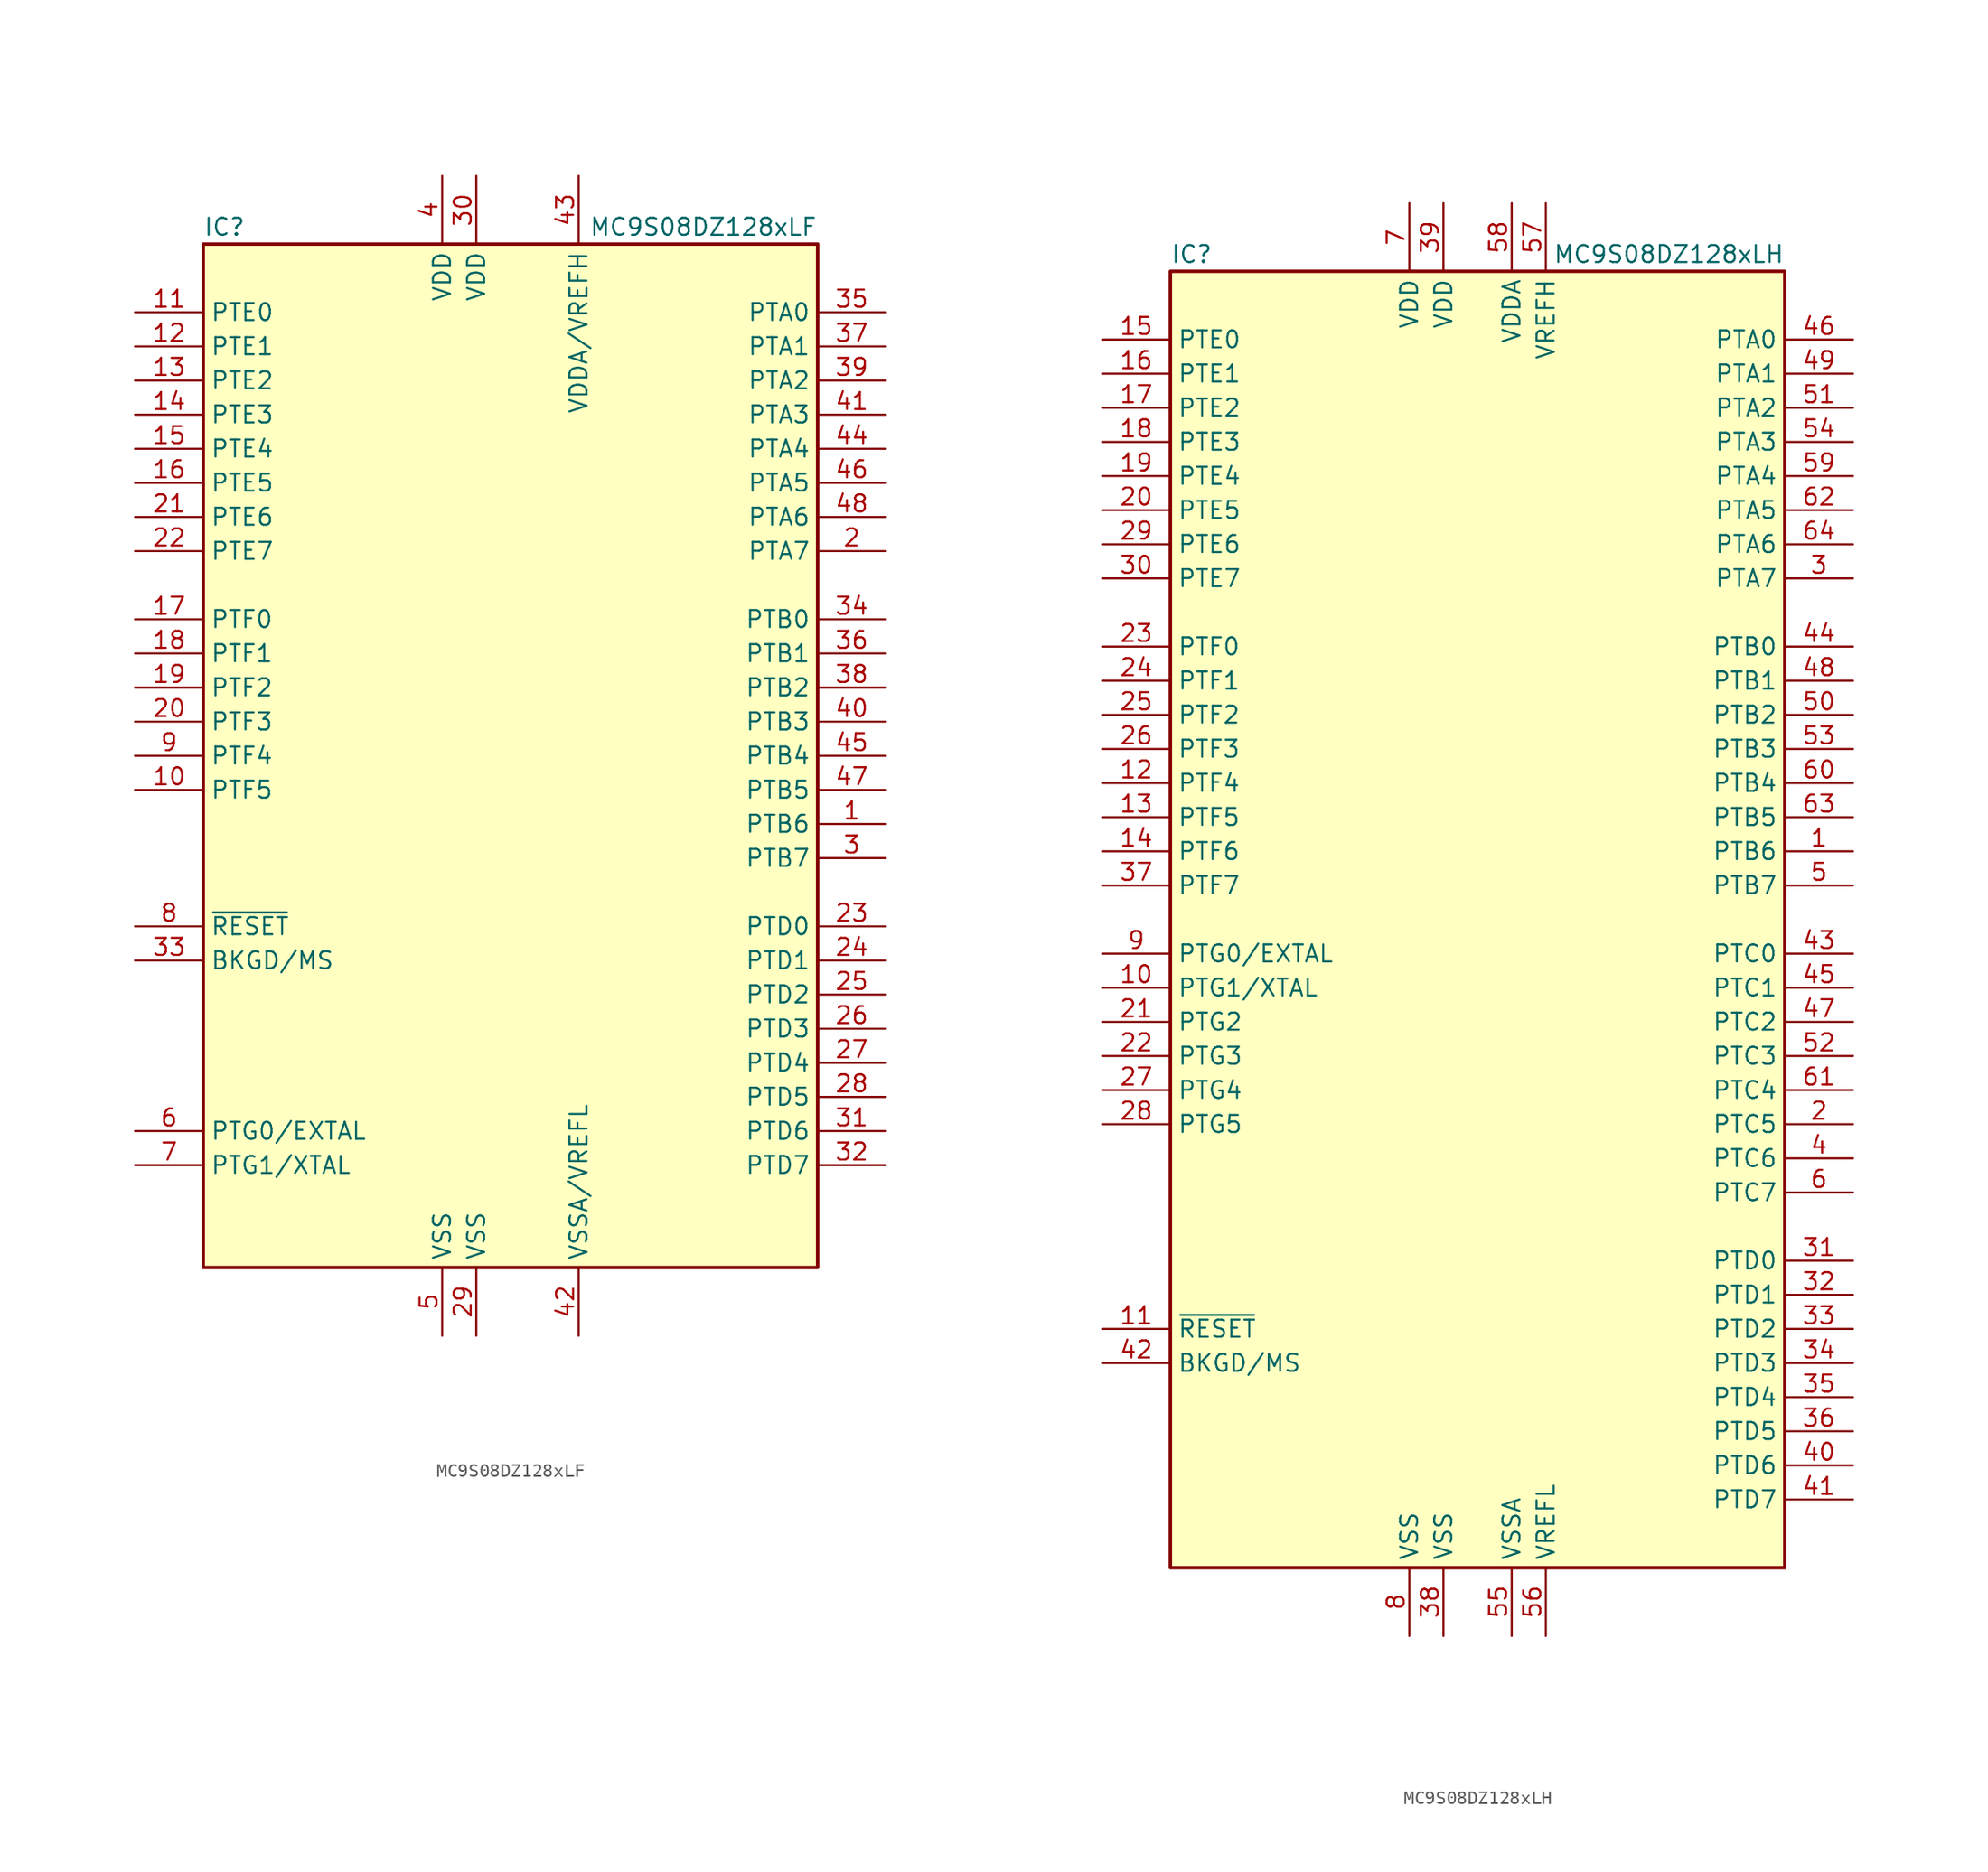
<source format=kicad_sym>
(kicad_symbol_lib
  (version 20201005)
  (generator kicad_symbol_editor)
  (symbol "MCU_NXP_S08:MC9S08DZ128xLF"
    (property "Reference" "IC"
      (at -22.86 39.37 0)
      (effects (font (size 1.27 1.27)) (justify left)))
    (property "Value" "MC9S08DZ128xLF"
      (at 22.86 39.37 0)
      (effects (font (size 1.27 1.27)) (justify right)))
    (symbol "MC9S08DZ128xLF_0_1"
      (rectangle (start -22.86 38.1) (end 22.86 -38.1) (stroke (width 0.254)) (fill (type background))))
    (symbol "MC9S08DZ128xLF_1_1"
      (pin bidirectional line (at 27.94 -5.08 180) (length 5.08) (name "PTB6" (effects (font (size 1.27 1.27)))) (number "1" (effects (font (size 1.27 1.27)))))
      (pin bidirectional line (at -27.94 -2.54 0) (length 5.08) (name "PTF5" (effects (font (size 1.27 1.27)))) (number "10" (effects (font (size 1.27 1.27)))))
      (pin bidirectional line (at -27.94 33.02 0) (length 5.08) (name "PTE0" (effects (font (size 1.27 1.27)))) (number "11" (effects (font (size 1.27 1.27)))))
      (pin bidirectional line (at -27.94 30.48 0) (length 5.08) (name "PTE1" (effects (font (size 1.27 1.27)))) (number "12" (effects (font (size 1.27 1.27)))))
      (pin bidirectional line (at -27.94 27.94 0) (length 5.08) (name "PTE2" (effects (font (size 1.27 1.27)))) (number "13" (effects (font (size 1.27 1.27)))))
      (pin bidirectional line (at -27.94 25.4 0) (length 5.08) (name "PTE3" (effects (font (size 1.27 1.27)))) (number "14" (effects (font (size 1.27 1.27)))))
      (pin bidirectional line (at -27.94 22.86 0) (length 5.08) (name "PTE4" (effects (font (size 1.27 1.27)))) (number "15" (effects (font (size 1.27 1.27)))))
      (pin bidirectional line (at -27.94 20.32 0) (length 5.08) (name "PTE5" (effects (font (size 1.27 1.27)))) (number "16" (effects (font (size 1.27 1.27)))))
      (pin bidirectional line (at -27.94 10.16 0) (length 5.08) (name "PTF0" (effects (font (size 1.27 1.27)))) (number "17" (effects (font (size 1.27 1.27)))))
      (pin bidirectional line (at -27.94 7.62 0) (length 5.08) (name "PTF1" (effects (font (size 1.27 1.27)))) (number "18" (effects (font (size 1.27 1.27)))))
      (pin bidirectional line (at -27.94 5.08 0) (length 5.08) (name "PTF2" (effects (font (size 1.27 1.27)))) (number "19" (effects (font (size 1.27 1.27)))))
      (pin bidirectional line (at 27.94 15.24 180) (length 5.08) (name "PTA7" (effects (font (size 1.27 1.27)))) (number "2" (effects (font (size 1.27 1.27)))))
      (pin bidirectional line (at -27.94 2.54 0) (length 5.08) (name "PTF3" (effects (font (size 1.27 1.27)))) (number "20" (effects (font (size 1.27 1.27)))))
      (pin bidirectional line (at -27.94 17.78 0) (length 5.08) (name "PTE6" (effects (font (size 1.27 1.27)))) (number "21" (effects (font (size 1.27 1.27)))))
      (pin bidirectional line (at -27.94 15.24 0) (length 5.08) (name "PTE7" (effects (font (size 1.27 1.27)))) (number "22" (effects (font (size 1.27 1.27)))))
      (pin bidirectional line (at 27.94 -12.7 180) (length 5.08) (name "PTD0" (effects (font (size 1.27 1.27)))) (number "23" (effects (font (size 1.27 1.27)))))
      (pin bidirectional line (at 27.94 -15.24 180) (length 5.08) (name "PTD1" (effects (font (size 1.27 1.27)))) (number "24" (effects (font (size 1.27 1.27)))))
      (pin bidirectional line (at 27.94 -17.78 180) (length 5.08) (name "PTD2" (effects (font (size 1.27 1.27)))) (number "25" (effects (font (size 1.27 1.27)))))
      (pin bidirectional line (at 27.94 -20.32 180) (length 5.08) (name "PTD3" (effects (font (size 1.27 1.27)))) (number "26" (effects (font (size 1.27 1.27)))))
      (pin bidirectional line (at 27.94 -22.86 180) (length 5.08) (name "PTD4" (effects (font (size 1.27 1.27)))) (number "27" (effects (font (size 1.27 1.27)))))
      (pin bidirectional line (at 27.94 -25.4 180) (length 5.08) (name "PTD5" (effects (font (size 1.27 1.27)))) (number "28" (effects (font (size 1.27 1.27)))))
      (pin power_in line (at -2.54 -43.18 90) (length 5.08) (name "VSS" (effects (font (size 1.27 1.27)))) (number "29" (effects (font (size 1.27 1.27)))))
      (pin bidirectional line (at 27.94 -7.62 180) (length 5.08) (name "PTB7" (effects (font (size 1.27 1.27)))) (number "3" (effects (font (size 1.27 1.27)))))
      (pin power_in line (at -2.54 43.18 270) (length 5.08) (name "VDD" (effects (font (size 1.27 1.27)))) (number "30" (effects (font (size 1.27 1.27)))))
      (pin bidirectional line (at 27.94 -27.94 180) (length 5.08) (name "PTD6" (effects (font (size 1.27 1.27)))) (number "31" (effects (font (size 1.27 1.27)))))
      (pin bidirectional line (at 27.94 -30.48 180) (length 5.08) (name "PTD7" (effects (font (size 1.27 1.27)))) (number "32" (effects (font (size 1.27 1.27)))))
      (pin bidirectional line (at -27.94 -15.24 0) (length 5.08) (name "BKGD/MS" (effects (font (size 1.27 1.27)))) (number "33" (effects (font (size 1.27 1.27)))))
      (pin bidirectional line (at 27.94 10.16 180) (length 5.08) (name "PTB0" (effects (font (size 1.27 1.27)))) (number "34" (effects (font (size 1.27 1.27)))))
      (pin bidirectional line (at 27.94 33.02 180) (length 5.08) (name "PTA0" (effects (font (size 1.27 1.27)))) (number "35" (effects (font (size 1.27 1.27)))))
      (pin bidirectional line (at 27.94 7.62 180) (length 5.08) (name "PTB1" (effects (font (size 1.27 1.27)))) (number "36" (effects (font (size 1.27 1.27)))))
      (pin bidirectional line (at 27.94 30.48 180) (length 5.08) (name "PTA1" (effects (font (size 1.27 1.27)))) (number "37" (effects (font (size 1.27 1.27)))))
      (pin bidirectional line (at 27.94 5.08 180) (length 5.08) (name "PTB2" (effects (font (size 1.27 1.27)))) (number "38" (effects (font (size 1.27 1.27)))))
      (pin bidirectional line (at 27.94 27.94 180) (length 5.08) (name "PTA2" (effects (font (size 1.27 1.27)))) (number "39" (effects (font (size 1.27 1.27)))))
      (pin power_in line (at -5.08 43.18 270) (length 5.08) (name "VDD" (effects (font (size 1.27 1.27)))) (number "4" (effects (font (size 1.27 1.27)))))
      (pin bidirectional line (at 27.94 2.54 180) (length 5.08) (name "PTB3" (effects (font (size 1.27 1.27)))) (number "40" (effects (font (size 1.27 1.27)))))
      (pin bidirectional line (at 27.94 25.4 180) (length 5.08) (name "PTA3" (effects (font (size 1.27 1.27)))) (number "41" (effects (font (size 1.27 1.27)))))
      (pin power_in line (at 5.08 -43.18 90) (length 5.08) (name "VSSA/VREFL" (effects (font (size 1.27 1.27)))) (number "42" (effects (font (size 1.27 1.27)))))
      (pin power_in line (at 5.08 43.18 270) (length 5.08) (name "VDDA/VREFH" (effects (font (size 1.27 1.27)))) (number "43" (effects (font (size 1.27 1.27)))))
      (pin bidirectional line (at 27.94 22.86 180) (length 5.08) (name "PTA4" (effects (font (size 1.27 1.27)))) (number "44" (effects (font (size 1.27 1.27)))))
      (pin bidirectional line (at 27.94 0 180) (length 5.08) (name "PTB4" (effects (font (size 1.27 1.27)))) (number "45" (effects (font (size 1.27 1.27)))))
      (pin bidirectional line (at 27.94 20.32 180) (length 5.08) (name "PTA5" (effects (font (size 1.27 1.27)))) (number "46" (effects (font (size 1.27 1.27)))))
      (pin bidirectional line (at 27.94 -2.54 180) (length 5.08) (name "PTB5" (effects (font (size 1.27 1.27)))) (number "47" (effects (font (size 1.27 1.27)))))
      (pin bidirectional line (at 27.94 17.78 180) (length 5.08) (name "PTA6" (effects (font (size 1.27 1.27)))) (number "48" (effects (font (size 1.27 1.27)))))
      (pin power_in line (at -5.08 -43.18 90) (length 5.08) (name "VSS" (effects (font (size 1.27 1.27)))) (number "5" (effects (font (size 1.27 1.27)))))
      (pin bidirectional line (at -27.94 -27.94 0) (length 5.08) (name "PTG0/EXTAL" (effects (font (size 1.27 1.27)))) (number "6" (effects (font (size 1.27 1.27)))))
      (pin bidirectional line (at -27.94 -30.48 0) (length 5.08) (name "PTG1/XTAL" (effects (font (size 1.27 1.27)))) (number "7" (effects (font (size 1.27 1.27)))))
      (pin input line (at -27.94 -12.7 0) (length 5.08) (name "~RESET" (effects (font (size 1.27 1.27)))) (number "8" (effects (font (size 1.27 1.27)))))
      (pin bidirectional line (at -27.94 0 0) (length 5.08) (name "PTF4" (effects (font (size 1.27 1.27)))) (number "9" (effects (font (size 1.27 1.27)))))))
  (symbol "MCU_NXP_S08:MC9S08DZ128xLH"
    (property "Reference" "IC"
      (at -22.86 49.53 0)
      (effects (font (size 1.27 1.27)) (justify left)))
    (property "Value" "MC9S08DZ128xLH"
      (at 22.86 49.53 0)
      (effects (font (size 1.27 1.27)) (justify right)))
    (symbol "MC9S08DZ128xLH_0_1"
      (rectangle (start -22.86 48.26) (end 22.86 -48.26) (stroke (width 0.254)) (fill (type background))))
    (symbol "MC9S08DZ128xLH_1_1"
      (pin bidirectional line (at 27.94 5.08 180) (length 5.08) (name "PTB6" (effects (font (size 1.27 1.27)))) (number "1" (effects (font (size 1.27 1.27)))))
      (pin bidirectional line (at -27.94 -5.08 0) (length 5.08) (name "PTG1/XTAL" (effects (font (size 1.27 1.27)))) (number "10" (effects (font (size 1.27 1.27)))))
      (pin input line (at -27.94 -30.48 0) (length 5.08) (name "~RESET" (effects (font (size 1.27 1.27)))) (number "11" (effects (font (size 1.27 1.27)))))
      (pin bidirectional line (at -27.94 10.16 0) (length 5.08) (name "PTF4" (effects (font (size 1.27 1.27)))) (number "12" (effects (font (size 1.27 1.27)))))
      (pin bidirectional line (at -27.94 7.62 0) (length 5.08) (name "PTF5" (effects (font (size 1.27 1.27)))) (number "13" (effects (font (size 1.27 1.27)))))
      (pin bidirectional line (at -27.94 5.08 0) (length 5.08) (name "PTF6" (effects (font (size 1.27 1.27)))) (number "14" (effects (font (size 1.27 1.27)))))
      (pin bidirectional line (at -27.94 43.18 0) (length 5.08) (name "PTE0" (effects (font (size 1.27 1.27)))) (number "15" (effects (font (size 1.27 1.27)))))
      (pin bidirectional line (at -27.94 40.64 0) (length 5.08) (name "PTE1" (effects (font (size 1.27 1.27)))) (number "16" (effects (font (size 1.27 1.27)))))
      (pin bidirectional line (at -27.94 38.1 0) (length 5.08) (name "PTE2" (effects (font (size 1.27 1.27)))) (number "17" (effects (font (size 1.27 1.27)))))
      (pin bidirectional line (at -27.94 35.56 0) (length 5.08) (name "PTE3" (effects (font (size 1.27 1.27)))) (number "18" (effects (font (size 1.27 1.27)))))
      (pin bidirectional line (at -27.94 33.02 0) (length 5.08) (name "PTE4" (effects (font (size 1.27 1.27)))) (number "19" (effects (font (size 1.27 1.27)))))
      (pin bidirectional line (at 27.94 -15.24 180) (length 5.08) (name "PTC5" (effects (font (size 1.27 1.27)))) (number "2" (effects (font (size 1.27 1.27)))))
      (pin bidirectional line (at -27.94 30.48 0) (length 5.08) (name "PTE5" (effects (font (size 1.27 1.27)))) (number "20" (effects (font (size 1.27 1.27)))))
      (pin bidirectional line (at -27.94 -7.62 0) (length 5.08) (name "PTG2" (effects (font (size 1.27 1.27)))) (number "21" (effects (font (size 1.27 1.27)))))
      (pin bidirectional line (at -27.94 -10.16 0) (length 5.08) (name "PTG3" (effects (font (size 1.27 1.27)))) (number "22" (effects (font (size 1.27 1.27)))))
      (pin bidirectional line (at -27.94 20.32 0) (length 5.08) (name "PTF0" (effects (font (size 1.27 1.27)))) (number "23" (effects (font (size 1.27 1.27)))))
      (pin bidirectional line (at -27.94 17.78 0) (length 5.08) (name "PTF1" (effects (font (size 1.27 1.27)))) (number "24" (effects (font (size 1.27 1.27)))))
      (pin bidirectional line (at -27.94 15.24 0) (length 5.08) (name "PTF2" (effects (font (size 1.27 1.27)))) (number "25" (effects (font (size 1.27 1.27)))))
      (pin bidirectional line (at -27.94 12.7 0) (length 5.08) (name "PTF3" (effects (font (size 1.27 1.27)))) (number "26" (effects (font (size 1.27 1.27)))))
      (pin bidirectional line (at -27.94 -12.7 0) (length 5.08) (name "PTG4" (effects (font (size 1.27 1.27)))) (number "27" (effects (font (size 1.27 1.27)))))
      (pin bidirectional line (at -27.94 -15.24 0) (length 5.08) (name "PTG5" (effects (font (size 1.27 1.27)))) (number "28" (effects (font (size 1.27 1.27)))))
      (pin bidirectional line (at -27.94 27.94 0) (length 5.08) (name "PTE6" (effects (font (size 1.27 1.27)))) (number "29" (effects (font (size 1.27 1.27)))))
      (pin bidirectional line (at 27.94 25.4 180) (length 5.08) (name "PTA7" (effects (font (size 1.27 1.27)))) (number "3" (effects (font (size 1.27 1.27)))))
      (pin bidirectional line (at -27.94 25.4 0) (length 5.08) (name "PTE7" (effects (font (size 1.27 1.27)))) (number "30" (effects (font (size 1.27 1.27)))))
      (pin bidirectional line (at 27.94 -25.4 180) (length 5.08) (name "PTD0" (effects (font (size 1.27 1.27)))) (number "31" (effects (font (size 1.27 1.27)))))
      (pin bidirectional line (at 27.94 -27.94 180) (length 5.08) (name "PTD1" (effects (font (size 1.27 1.27)))) (number "32" (effects (font (size 1.27 1.27)))))
      (pin bidirectional line (at 27.94 -30.48 180) (length 5.08) (name "PTD2" (effects (font (size 1.27 1.27)))) (number "33" (effects (font (size 1.27 1.27)))))
      (pin bidirectional line (at 27.94 -33.02 180) (length 5.08) (name "PTD3" (effects (font (size 1.27 1.27)))) (number "34" (effects (font (size 1.27 1.27)))))
      (pin bidirectional line (at 27.94 -35.56 180) (length 5.08) (name "PTD4" (effects (font (size 1.27 1.27)))) (number "35" (effects (font (size 1.27 1.27)))))
      (pin bidirectional line (at 27.94 -38.1 180) (length 5.08) (name "PTD5" (effects (font (size 1.27 1.27)))) (number "36" (effects (font (size 1.27 1.27)))))
      (pin bidirectional line (at -27.94 2.54 0) (length 5.08) (name "PTF7" (effects (font (size 1.27 1.27)))) (number "37" (effects (font (size 1.27 1.27)))))
      (pin power_in line (at -2.54 -53.34 90) (length 5.08) (name "VSS" (effects (font (size 1.27 1.27)))) (number "38" (effects (font (size 1.27 1.27)))))
      (pin power_in line (at -2.54 53.34 270) (length 5.08) (name "VDD" (effects (font (size 1.27 1.27)))) (number "39" (effects (font (size 1.27 1.27)))))
      (pin bidirectional line (at 27.94 -17.78 180) (length 5.08) (name "PTC6" (effects (font (size 1.27 1.27)))) (number "4" (effects (font (size 1.27 1.27)))))
      (pin bidirectional line (at 27.94 -40.64 180) (length 5.08) (name "PTD6" (effects (font (size 1.27 1.27)))) (number "40" (effects (font (size 1.27 1.27)))))
      (pin bidirectional line (at 27.94 -43.18 180) (length 5.08) (name "PTD7" (effects (font (size 1.27 1.27)))) (number "41" (effects (font (size 1.27 1.27)))))
      (pin bidirectional line (at -27.94 -33.02 0) (length 5.08) (name "BKGD/MS" (effects (font (size 1.27 1.27)))) (number "42" (effects (font (size 1.27 1.27)))))
      (pin bidirectional line (at 27.94 -2.54 180) (length 5.08) (name "PTC0" (effects (font (size 1.27 1.27)))) (number "43" (effects (font (size 1.27 1.27)))))
      (pin bidirectional line (at 27.94 20.32 180) (length 5.08) (name "PTB0" (effects (font (size 1.27 1.27)))) (number "44" (effects (font (size 1.27 1.27)))))
      (pin bidirectional line (at 27.94 -5.08 180) (length 5.08) (name "PTC1" (effects (font (size 1.27 1.27)))) (number "45" (effects (font (size 1.27 1.27)))))
      (pin bidirectional line (at 27.94 43.18 180) (length 5.08) (name "PTA0" (effects (font (size 1.27 1.27)))) (number "46" (effects (font (size 1.27 1.27)))))
      (pin bidirectional line (at 27.94 -7.62 180) (length 5.08) (name "PTC2" (effects (font (size 1.27 1.27)))) (number "47" (effects (font (size 1.27 1.27)))))
      (pin bidirectional line (at 27.94 17.78 180) (length 5.08) (name "PTB1" (effects (font (size 1.27 1.27)))) (number "48" (effects (font (size 1.27 1.27)))))
      (pin bidirectional line (at 27.94 40.64 180) (length 5.08) (name "PTA1" (effects (font (size 1.27 1.27)))) (number "49" (effects (font (size 1.27 1.27)))))
      (pin bidirectional line (at 27.94 2.54 180) (length 5.08) (name "PTB7" (effects (font (size 1.27 1.27)))) (number "5" (effects (font (size 1.27 1.27)))))
      (pin bidirectional line (at 27.94 15.24 180) (length 5.08) (name "PTB2" (effects (font (size 1.27 1.27)))) (number "50" (effects (font (size 1.27 1.27)))))
      (pin bidirectional line (at 27.94 38.1 180) (length 5.08) (name "PTA2" (effects (font (size 1.27 1.27)))) (number "51" (effects (font (size 1.27 1.27)))))
      (pin bidirectional line (at 27.94 -10.16 180) (length 5.08) (name "PTC3" (effects (font (size 1.27 1.27)))) (number "52" (effects (font (size 1.27 1.27)))))
      (pin bidirectional line (at 27.94 12.7 180) (length 5.08) (name "PTB3" (effects (font (size 1.27 1.27)))) (number "53" (effects (font (size 1.27 1.27)))))
      (pin bidirectional line (at 27.94 35.56 180) (length 5.08) (name "PTA3" (effects (font (size 1.27 1.27)))) (number "54" (effects (font (size 1.27 1.27)))))
      (pin power_in line (at 2.54 -53.34 90) (length 5.08) (name "VSSA" (effects (font (size 1.27 1.27)))) (number "55" (effects (font (size 1.27 1.27)))))
      (pin power_in line (at 5.08 -53.34 90) (length 5.08) (name "VREFL" (effects (font (size 1.27 1.27)))) (number "56" (effects (font (size 1.27 1.27)))))
      (pin power_in line (at 5.08 53.34 270) (length 5.08) (name "VREFH" (effects (font (size 1.27 1.27)))) (number "57" (effects (font (size 1.27 1.27)))))
      (pin power_in line (at 2.54 53.34 270) (length 5.08) (name "VDDA" (effects (font (size 1.27 1.27)))) (number "58" (effects (font (size 1.27 1.27)))))
      (pin bidirectional line (at 27.94 33.02 180) (length 5.08) (name "PTA4" (effects (font (size 1.27 1.27)))) (number "59" (effects (font (size 1.27 1.27)))))
      (pin bidirectional line (at 27.94 -20.32 180) (length 5.08) (name "PTC7" (effects (font (size 1.27 1.27)))) (number "6" (effects (font (size 1.27 1.27)))))
      (pin bidirectional line (at 27.94 10.16 180) (length 5.08) (name "PTB4" (effects (font (size 1.27 1.27)))) (number "60" (effects (font (size 1.27 1.27)))))
      (pin bidirectional line (at 27.94 -12.7 180) (length 5.08) (name "PTC4" (effects (font (size 1.27 1.27)))) (number "61" (effects (font (size 1.27 1.27)))))
      (pin bidirectional line (at 27.94 30.48 180) (length 5.08) (name "PTA5" (effects (font (size 1.27 1.27)))) (number "62" (effects (font (size 1.27 1.27)))))
      (pin bidirectional line (at 27.94 7.62 180) (length 5.08) (name "PTB5" (effects (font (size 1.27 1.27)))) (number "63" (effects (font (size 1.27 1.27)))))
      (pin bidirectional line (at 27.94 27.94 180) (length 5.08) (name "PTA6" (effects (font (size 1.27 1.27)))) (number "64" (effects (font (size 1.27 1.27)))))
      (pin power_in line (at -5.08 53.34 270) (length 5.08) (name "VDD" (effects (font (size 1.27 1.27)))) (number "7" (effects (font (size 1.27 1.27)))))
      (pin power_in line (at -5.08 -53.34 90) (length 5.08) (name "VSS" (effects (font (size 1.27 1.27)))) (number "8" (effects (font (size 1.27 1.27)))))
      (pin bidirectional line (at -27.94 -2.54 0) (length 5.08) (name "PTG0/EXTAL" (effects (font (size 1.27 1.27)))) (number "9" (effects (font (size 1.27 1.27))))))))
</source>
